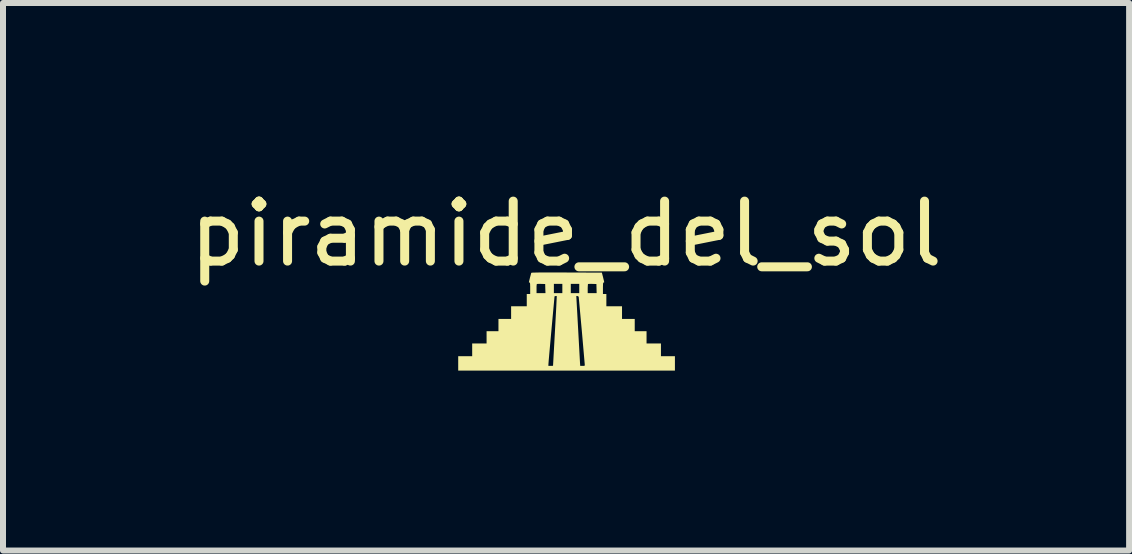
<source format=kicad_pcb>
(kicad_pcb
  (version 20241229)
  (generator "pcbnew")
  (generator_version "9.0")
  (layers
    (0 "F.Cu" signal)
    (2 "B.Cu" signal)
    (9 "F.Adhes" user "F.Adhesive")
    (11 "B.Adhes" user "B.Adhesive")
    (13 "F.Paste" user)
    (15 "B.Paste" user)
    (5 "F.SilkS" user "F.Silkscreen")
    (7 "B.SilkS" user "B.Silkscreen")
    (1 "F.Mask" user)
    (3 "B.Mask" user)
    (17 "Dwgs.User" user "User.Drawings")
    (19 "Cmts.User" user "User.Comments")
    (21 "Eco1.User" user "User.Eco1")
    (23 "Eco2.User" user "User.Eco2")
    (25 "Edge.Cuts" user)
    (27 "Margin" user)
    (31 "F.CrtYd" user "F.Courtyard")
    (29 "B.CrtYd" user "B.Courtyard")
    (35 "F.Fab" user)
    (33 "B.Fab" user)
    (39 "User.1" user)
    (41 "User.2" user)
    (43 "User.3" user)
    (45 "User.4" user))
  (footprint "piramide_del_sol"
    (layer "F.Cu")
    (at 6.387 1.348)
    (property "Reference" "piramide_del_sol" (at 0 -0.5 0) (unlocked yes) (layer "F.SilkS") (effects (font (size 1 1) (thickness 0.15))))
    (attr smd board_only exclude_from_pos_files exclude_from_bom)
    (fp_poly (pts (xy 0.01 0.145) (xy 0.597 0.147) (xy 0.617 0.224) (xy 0.624 0.254) (xy 0.627 0.266) (xy 0.63 0.277) (xy 0.631 0.281) (xy 0.632 0.285) (xy 0.633 0.289) (xy 0.633 0.292) (xy 0.634 0.295) (xy 0.635 0.298) (xy 0.635 0.301) (xy 0.635 0.303) (xy 0.635 0.305) (xy 0.635 0.306) (xy 0.635 0.308) (xy 0.635 0.308) (xy 0.635 0.309) (xy 0.635 0.309) (xy 0.635 0.31) (xy 0.635 0.31) (xy 0.634 0.31) (xy 0.634 0.311) (xy 0.634 0.311) (xy 0.634 0.311) (xy 0.633 0.312) (xy 0.633 0.312) (xy 0.633 0.312) (xy 0.632 0.312) (xy 0.632 0.312) (xy 0.631 0.312) (xy 0.63 0.312) (xy 0.629 0.312) (xy 0.628 0.312) (xy 0.626 0.312) (xy 0.624 0.313) (xy 0.623 0.313) (xy 0.622 0.314) (xy 0.62 0.316) (xy 0.619 0.318) (xy 0.619 0.322) (xy 0.618 0.325) (xy 0.617 0.33) (xy 0.616 0.343) (xy 0.616 0.359) (xy 0.615 0.381) (xy 0.615 0.408) (xy 0.615 0.503) (xy 0.672 0.503) (xy 0.672 0.708) (xy 0.933 0.708) (xy 0.933 0.919) (xy 1.145 0.919) (xy 1.145 1.124) (xy 1.342 1.124) (xy 1.342 1.328) (xy 1.582 1.328) (xy 1.582 1.54) (xy 1.815 1.54) (xy 1.815 1.78) (xy -1.798 1.78) (xy -1.798 1.702) (xy -0.295 1.702) (xy -0.256 1.702) (xy -0.248 1.702) (xy -0.241 1.702) (xy -0.238 1.702) (xy -0.234 1.702) (xy -0.231 1.702) (xy -0.229 1.701) (xy -0.226 1.701) (xy -0.224 1.701) (xy -0.222 1.701) (xy -0.22 1.7) (xy -0.219 1.7) (xy -0.218 1.7) (xy -0.218 1.7) (xy -0.218 1.699) (xy -0.217 1.699) (xy -0.217 1.699) (xy -0.217 1.699) (xy -0.185 1.122) (xy -0.163 0.715) (xy -0.157 0.589) (xy -0.155 0.542) (xy 0.171 0.542) (xy 0.232 1.64) (xy 0.236 1.702) (xy 0.274 1.702) (xy 0.28 1.702) (xy 0.286 1.702) (xy 0.291 1.702) (xy 0.296 1.702) (xy 0.298 1.702) (xy 0.299 1.702) (xy 0.301 1.701) (xy 0.302 1.701) (xy 0.304 1.701) (xy 0.305 1.7) (xy 0.306 1.7) (xy 0.307 1.7) (xy 0.308 1.699) (xy 0.309 1.698) (xy 0.309 1.698) (xy 0.31 1.697) (xy 0.31 1.696) (xy 0.311 1.695) (xy 0.311 1.694) (xy 0.311 1.693) (xy 0.311 1.692) (xy 0.312 1.691) (xy 0.312 1.69) (xy 0.312 1.688) (xy 0.312 1.685) (xy 0.312 1.682) (xy 0.263 1.118) (xy 0.211 0.553) (xy 0.211 0.552) (xy 0.21 0.551) (xy 0.21 0.549) (xy 0.209 0.548) (xy 0.208 0.547) (xy 0.207 0.546) (xy 0.205 0.545) (xy 0.204 0.544) (xy 0.202 0.543) (xy 0.201 0.542) (xy 0.199 0.541) (xy 0.197 0.54) (xy 0.194 0.539) (xy 0.19 0.538) (xy 0.187 0.537) (xy 0.185 0.536) (xy 0.183 0.536) (xy 0.181 0.536) (xy 0.18 0.536) (xy 0.178 0.536) (xy 0.177 0.536) (xy 0.176 0.537) (xy 0.174 0.537) (xy 0.173 0.537) (xy 0.173 0.538) (xy 0.172 0.539) (xy 0.171 0.54) (xy 0.171 0.541) (xy 0.171 0.542) (xy -0.155 0.542) (xy -0.155 0.541) (xy -0.155 0.541) (xy -0.155 0.54) (xy -0.156 0.54) (xy -0.156 0.54) (xy -0.156 0.539) (xy -0.157 0.539) (xy -0.157 0.538) (xy -0.158 0.538) (xy -0.159 0.538) (xy -0.161 0.537) (xy -0.162 0.537) (xy -0.163 0.537) (xy -0.165 0.537) (xy -0.166 0.537) (xy -0.168 0.537) (xy -0.169 0.537) (xy -0.171 0.537) (xy -0.173 0.538) (xy -0.175 0.538) (xy -0.192 0.542) (xy -0.243 1.096) (xy -0.279 1.495) (xy -0.29 1.622) (xy -0.294 1.676) (xy -0.295 1.702) (xy -1.798 1.702) (xy -1.798 1.54) (xy -1.565 1.54) (xy -1.565 1.328) (xy -1.325 1.328) (xy -1.325 1.124) (xy -1.127 1.124) (xy -1.127 0.919) (xy -0.916 0.919) (xy -0.916 0.708) (xy -0.655 0.708) (xy -0.655 0.503) (xy -0.598 0.503) (xy -0.598 0.416) (xy -0.492 0.416) (xy -0.492 0.489) (xy -0.343 0.489) (xy -0.203 0.489) (xy -0.062 0.489) (xy 0.079 0.489) (xy 0.22 0.489) (xy 0.22 0.416) (xy 0.361 0.416) (xy 0.361 0.489) (xy 0.51 0.489) (xy 0.508 0.413) (xy 0.506 0.337) (xy 0.439 0.335) (xy 0.425 0.335) (xy 0.412 0.335) (xy 0.4 0.335) (xy 0.39 0.335) (xy 0.381 0.336) (xy 0.377 0.336) (xy 0.374 0.336) (xy 0.371 0.336) (xy 0.369 0.337) (xy 0.367 0.337) (xy 0.367 0.338) (xy 0.366 0.338) (xy 0.366 0.339) (xy 0.365 0.34) (xy 0.364 0.346) (xy 0.364 0.353) (xy 0.363 0.363) (xy 0.362 0.374) (xy 0.362 0.387) (xy 0.361 0.401) (xy 0.361 0.416) (xy 0.22 0.416) (xy 0.22 0.334) (xy 0.079 0.334) (xy 0.079 0.489) (xy -0.062 0.489) (xy -0.062 0.334) (xy -0.203 0.334) (xy -0.203 0.489) (xy -0.343 0.489) (xy -0.346 0.413) (xy -0.348 0.337) (xy -0.415 0.335) (xy -0.428 0.335) (xy -0.441 0.335) (xy -0.453 0.335) (xy -0.464 0.335) (xy -0.473 0.336) (xy -0.477 0.336) (xy -0.48 0.336) (xy -0.483 0.336) (xy -0.485 0.337) (xy -0.487 0.337) (xy -0.487 0.338) (xy -0.487 0.338) (xy -0.488 0.339) (xy -0.488 0.34) (xy -0.489 0.346) (xy -0.49 0.353) (xy -0.491 0.363) (xy -0.492 0.374) (xy -0.492 0.387) (xy -0.492 0.401) (xy -0.492 0.416) (xy -0.598 0.416) (xy -0.598 0.408) (xy -0.598 0.393) (xy -0.598 0.381) (xy -0.598 0.369) (xy -0.599 0.359) (xy -0.599 0.35) (xy -0.599 0.346) (xy -0.599 0.343) (xy -0.599 0.339) (xy -0.6 0.336) (xy -0.6 0.333) (xy -0.6 0.33) (xy -0.6 0.328) (xy -0.601 0.325) (xy -0.601 0.323) (xy -0.601 0.322) (xy -0.602 0.32) (xy -0.602 0.318) (xy -0.603 0.317) (xy -0.603 0.316) (xy -0.604 0.315) (xy -0.604 0.314) (xy -0.605 0.314) (xy -0.605 0.314) (xy -0.605 0.314) (xy -0.606 0.313) (xy -0.606 0.313) (xy -0.606 0.313) (xy -0.607 0.313) (xy -0.608 0.312) (xy -0.609 0.312) (xy -0.609 0.312) (xy -0.61 0.312) (xy -0.61 0.312) (xy -0.611 0.312) (xy -0.611 0.312) (xy -0.612 0.312) (xy -0.612 0.312) (xy -0.613 0.312) (xy -0.613 0.312) (xy -0.614 0.312) (xy -0.614 0.312) (xy -0.615 0.312) (xy -0.615 0.312) (xy -0.615 0.311) (xy -0.616 0.311) (xy -0.616 0.311) (xy -0.617 0.311) (xy -0.617 0.311) (xy -0.617 0.311) (xy -0.617 0.31) (xy -0.618 0.31) (xy -0.618 0.31) (xy -0.618 0.31) (xy -0.618 0.31) (xy -0.619 0.31) (xy -0.619 0.309) (xy -0.619 0.309) (xy -0.619 0.309) (xy -0.619 0.309) (xy -0.619 0.309) (xy -0.619 0.308) (xy -0.619 0.308) (xy -0.618 0.301) (xy -0.614 0.283) (xy -0.602 0.233) (xy -0.588 0.181) (xy -0.581 0.152) (xy -0.573 0.149) (xy -0.553 0.147) (xy -0.459 0.145) (xy -0.279 0.144)) (stroke (width -0.000001) (type solid)) (fill yes) (layer "F.SilkS")))
  (gr_rect
    (start -3 -3)
    (end 15.774 6.128)
    (stroke (width 0.1) (type default))
    (fill no)
    (layer "Edge.Cuts")))
</source>
